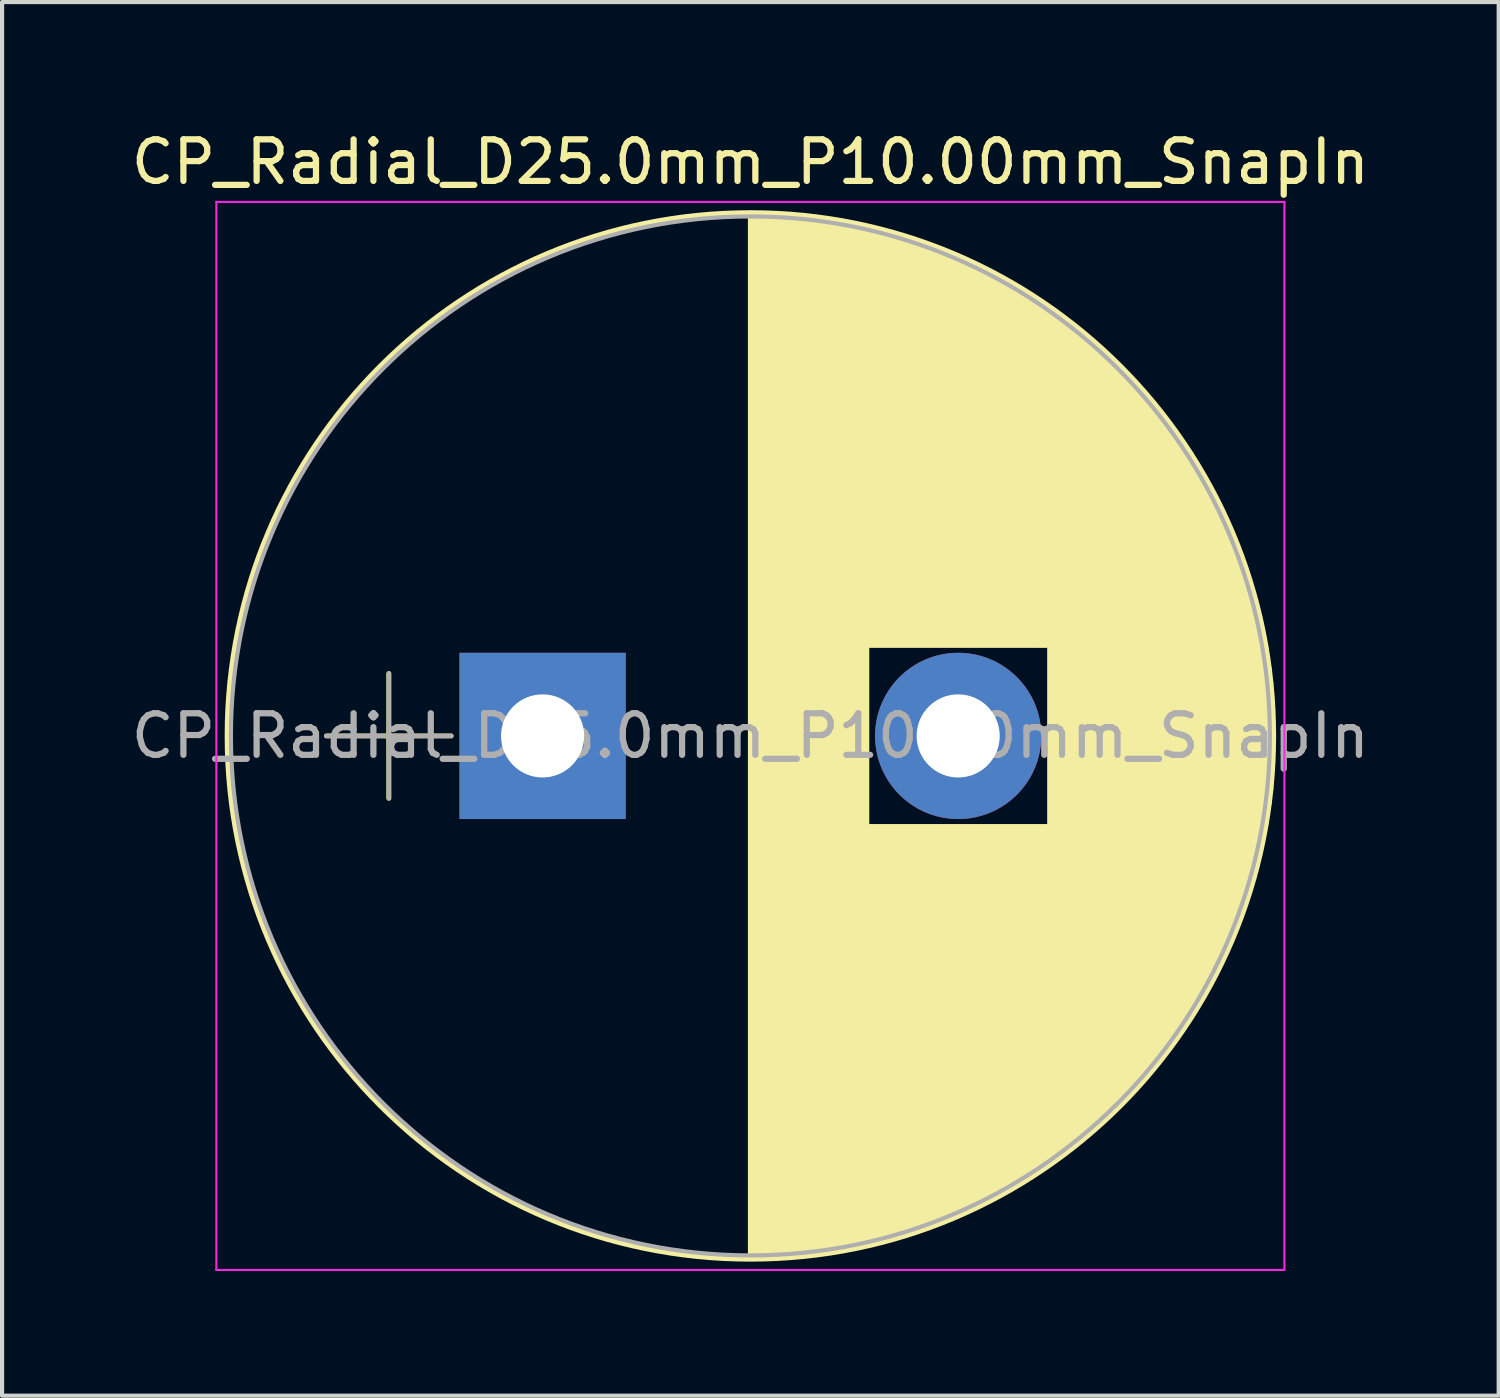
<source format=kicad_pcb>
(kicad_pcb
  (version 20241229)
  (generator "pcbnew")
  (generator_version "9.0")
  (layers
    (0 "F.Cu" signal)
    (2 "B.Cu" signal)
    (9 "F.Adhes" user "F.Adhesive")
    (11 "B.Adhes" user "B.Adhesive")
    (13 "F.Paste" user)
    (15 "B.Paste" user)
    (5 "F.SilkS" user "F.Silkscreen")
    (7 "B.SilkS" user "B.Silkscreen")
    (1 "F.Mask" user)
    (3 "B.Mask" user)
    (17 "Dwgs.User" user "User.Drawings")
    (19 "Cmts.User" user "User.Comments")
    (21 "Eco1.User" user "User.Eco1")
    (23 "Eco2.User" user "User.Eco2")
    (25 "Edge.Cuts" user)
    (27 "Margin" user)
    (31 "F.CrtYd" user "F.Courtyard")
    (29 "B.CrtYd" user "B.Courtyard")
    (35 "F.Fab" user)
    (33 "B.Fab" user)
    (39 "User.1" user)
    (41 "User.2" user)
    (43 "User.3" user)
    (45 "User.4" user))
  (footprint "CP_Radial_D25.0mm_P10.00mm_SnapIn"
    (layer "F.Cu")
    (at 10.006 14.658)
    (property "Reference" "CP_Radial_D25.0mm_P10.00mm_SnapIn" (at 5 -13.81 0) (layer "F.SilkS") (effects (font (size 1 1) (thickness 0.15))))
    (attr through_hole)
    (fp_line (start -5.2 0) (end -2.2 0) (stroke (width 0.12) (type solid)) (layer "F.SilkS"))
    (fp_line (start -3.7 -1.5) (end -3.7 1.5) (stroke (width 0.12) (type solid)) (layer "F.SilkS"))
    (fp_line (start 5 -12.55) (end 5 12.55) (stroke (width 0.12) (type solid)) (layer "F.SilkS"))
    (fp_line (start 5.04 -12.55) (end 5.04 12.55) (stroke (width 0.12) (type solid)) (layer "F.SilkS"))
    (fp_line (start 5.08 -12.55) (end 5.08 12.55) (stroke (width 0.12) (type solid)) (layer "F.SilkS"))
    (fp_line (start 5.12 -12.55) (end 5.12 12.55) (stroke (width 0.12) (type solid)) (layer "F.SilkS"))
    (fp_line (start 5.16 -12.549) (end 5.16 12.549) (stroke (width 0.12) (type solid)) (layer "F.SilkS"))
    (fp_line (start 5.2 -12.549) (end 5.2 12.549) (stroke (width 0.12) (type solid)) (layer "F.SilkS"))
    (fp_line (start 5.24 -12.548) (end 5.24 12.548) (stroke (width 0.12) (type solid)) (layer "F.SilkS"))
    (fp_line (start 5.28 -12.547) (end 5.28 12.547) (stroke (width 0.12) (type solid)) (layer "F.SilkS"))
    (fp_line (start 5.32 -12.546) (end 5.32 12.546) (stroke (width 0.12) (type solid)) (layer "F.SilkS"))
    (fp_line (start 5.36 -12.545) (end 5.36 12.545) (stroke (width 0.12) (type solid)) (layer "F.SilkS"))
    (fp_line (start 5.4 -12.544) (end 5.4 12.544) (stroke (width 0.12) (type solid)) (layer "F.SilkS"))
    (fp_line (start 5.44 -12.543) (end 5.44 12.543) (stroke (width 0.12) (type solid)) (layer "F.SilkS"))
    (fp_line (start 5.48 -12.541) (end 5.48 12.541) (stroke (width 0.12) (type solid)) (layer "F.SilkS"))
    (fp_line (start 5.52 -12.54) (end 5.52 12.54) (stroke (width 0.12) (type solid)) (layer "F.SilkS"))
    (fp_line (start 5.56 -12.538) (end 5.56 12.538) (stroke (width 0.12) (type solid)) (layer "F.SilkS"))
    (fp_line (start 5.6 -12.536) (end 5.6 12.536) (stroke (width 0.12) (type solid)) (layer "F.SilkS"))
    (fp_line (start 5.64 -12.534) (end 5.64 12.534) (stroke (width 0.12) (type solid)) (layer "F.SilkS"))
    (fp_line (start 5.68 -12.532) (end 5.68 12.532) (stroke (width 0.12) (type solid)) (layer "F.SilkS"))
    (fp_line (start 5.721 -12.53) (end 5.721 12.53) (stroke (width 0.12) (type solid)) (layer "F.SilkS"))
    (fp_line (start 5.761 -12.528) (end 5.761 12.528) (stroke (width 0.12) (type solid)) (layer "F.SilkS"))
    (fp_line (start 5.801 -12.525) (end 5.801 12.525) (stroke (width 0.12) (type solid)) (layer "F.SilkS"))
    (fp_line (start 5.841 -12.522) (end 5.841 12.522) (stroke (width 0.12) (type solid)) (layer "F.SilkS"))
    (fp_line (start 5.881 -12.52) (end 5.881 12.52) (stroke (width 0.12) (type solid)) (layer "F.SilkS"))
    (fp_line (start 5.921 -12.517) (end 5.921 12.517) (stroke (width 0.12) (type solid)) (layer "F.SilkS"))
    (fp_line (start 5.961 -12.514) (end 5.961 12.514) (stroke (width 0.12) (type solid)) (layer "F.SilkS"))
    (fp_line (start 6.001 -12.511) (end 6.001 12.511) (stroke (width 0.12) (type solid)) (layer "F.SilkS"))
    (fp_line (start 6.041 -12.507) (end 6.041 12.507) (stroke (width 0.12) (type solid)) (layer "F.SilkS"))
    (fp_line (start 6.081 -12.504) (end 6.081 12.504) (stroke (width 0.12) (type solid)) (layer "F.SilkS"))
    (fp_line (start 6.121 -12.501) (end 6.121 12.501) (stroke (width 0.12) (type solid)) (layer "F.SilkS"))
    (fp_line (start 6.161 -12.497) (end 6.161 12.497) (stroke (width 0.12) (type solid)) (layer "F.SilkS"))
    (fp_line (start 6.201 -12.493) (end 6.201 12.493) (stroke (width 0.12) (type solid)) (layer "F.SilkS"))
    (fp_line (start 6.241 -12.489) (end 6.241 12.489) (stroke (width 0.12) (type solid)) (layer "F.SilkS"))
    (fp_line (start 6.281 -12.485) (end 6.281 12.485) (stroke (width 0.12) (type solid)) (layer "F.SilkS"))
    (fp_line (start 6.321 -12.481) (end 6.321 12.481) (stroke (width 0.12) (type solid)) (layer "F.SilkS"))
    (fp_line (start 6.361 -12.477) (end 6.361 12.477) (stroke (width 0.12) (type solid)) (layer "F.SilkS"))
    (fp_line (start 6.401 -12.472) (end 6.401 12.472) (stroke (width 0.12) (type solid)) (layer "F.SilkS"))
    (fp_line (start 6.441 -12.468) (end 6.441 12.468) (stroke (width 0.12) (type solid)) (layer "F.SilkS"))
    (fp_line (start 6.481 -12.463) (end 6.481 12.463) (stroke (width 0.12) (type solid)) (layer "F.SilkS"))
    (fp_line (start 6.521 -12.458) (end 6.521 12.458) (stroke (width 0.12) (type solid)) (layer "F.SilkS"))
    (fp_line (start 6.561 -12.453) (end 6.561 12.453) (stroke (width 0.12) (type solid)) (layer "F.SilkS"))
    (fp_line (start 6.601 -12.448) (end 6.601 12.448) (stroke (width 0.12) (type solid)) (layer "F.SilkS"))
    (fp_line (start 6.641 -12.443) (end 6.641 12.443) (stroke (width 0.12) (type solid)) (layer "F.SilkS"))
    (fp_line (start 6.681 -12.438) (end 6.681 12.438) (stroke (width 0.12) (type solid)) (layer "F.SilkS"))
    (fp_line (start 6.721 -12.432) (end 6.721 12.432) (stroke (width 0.12) (type solid)) (layer "F.SilkS"))
    (fp_line (start 6.761 -12.427) (end 6.761 12.427) (stroke (width 0.12) (type solid)) (layer "F.SilkS"))
    (fp_line (start 6.801 -12.421) (end 6.801 12.421) (stroke (width 0.12) (type solid)) (layer "F.SilkS"))
    (fp_line (start 6.841 -12.415) (end 6.841 12.415) (stroke (width 0.12) (type solid)) (layer "F.SilkS"))
    (fp_line (start 6.881 -12.409) (end 6.881 12.409) (stroke (width 0.12) (type solid)) (layer "F.SilkS"))
    (fp_line (start 6.921 -12.403) (end 6.921 12.403) (stroke (width 0.12) (type solid)) (layer "F.SilkS"))
    (fp_line (start 6.961 -12.397) (end 6.961 12.397) (stroke (width 0.12) (type solid)) (layer "F.SilkS"))
    (fp_line (start 7.001 -12.391) (end 7.001 12.391) (stroke (width 0.12) (type solid)) (layer "F.SilkS"))
    (fp_line (start 7.041 -12.384) (end 7.041 12.384) (stroke (width 0.12) (type solid)) (layer "F.SilkS"))
    (fp_line (start 7.081 -12.377) (end 7.081 12.377) (stroke (width 0.12) (type solid)) (layer "F.SilkS"))
    (fp_line (start 7.121 -12.371) (end 7.121 12.371) (stroke (width 0.12) (type solid)) (layer "F.SilkS"))
    (fp_line (start 7.161 -12.364) (end 7.161 12.364) (stroke (width 0.12) (type solid)) (layer "F.SilkS"))
    (fp_line (start 7.201 -12.357) (end 7.201 12.357) (stroke (width 0.12) (type solid)) (layer "F.SilkS"))
    (fp_line (start 7.241 -12.35) (end 7.241 12.35) (stroke (width 0.12) (type solid)) (layer "F.SilkS"))
    (fp_line (start 7.281 -12.342) (end 7.281 12.342) (stroke (width 0.12) (type solid)) (layer "F.SilkS"))
    (fp_line (start 7.321 -12.335) (end 7.321 12.335) (stroke (width 0.12) (type solid)) (layer "F.SilkS"))
    (fp_line (start 7.361 -12.327) (end 7.361 12.327) (stroke (width 0.12) (type solid)) (layer "F.SilkS"))
    (fp_line (start 7.401 -12.32) (end 7.401 12.32) (stroke (width 0.12) (type solid)) (layer "F.SilkS"))
    (fp_line (start 7.441 -12.312) (end 7.441 12.312) (stroke (width 0.12) (type solid)) (layer "F.SilkS"))
    (fp_line (start 7.481 -12.304) (end 7.481 12.304) (stroke (width 0.12) (type solid)) (layer "F.SilkS"))
    (fp_line (start 7.521 -12.296) (end 7.521 12.296) (stroke (width 0.12) (type solid)) (layer "F.SilkS"))
    (fp_line (start 7.561 -12.287) (end 7.561 12.287) (stroke (width 0.12) (type solid)) (layer "F.SilkS"))
    (fp_line (start 7.601 -12.279) (end 7.601 12.279) (stroke (width 0.12) (type solid)) (layer "F.SilkS"))
    (fp_line (start 7.641 -12.271) (end 7.641 12.271) (stroke (width 0.12) (type solid)) (layer "F.SilkS"))
    (fp_line (start 7.681 -12.262) (end 7.681 12.262) (stroke (width 0.12) (type solid)) (layer "F.SilkS"))
    (fp_line (start 7.721 -12.253) (end 7.721 12.253) (stroke (width 0.12) (type solid)) (layer "F.SilkS"))
    (fp_line (start 7.761 -12.244) (end 7.761 12.244) (stroke (width 0.12) (type solid)) (layer "F.SilkS"))
    (fp_line (start 7.801 -12.235) (end 7.801 12.235) (stroke (width 0.12) (type solid)) (layer "F.SilkS"))
    (fp_line (start 7.841 -12.226) (end 7.841 -2.18) (stroke (width 0.12) (type solid)) (layer "F.SilkS"))
    (fp_line (start 7.841 2.18) (end 7.841 12.226) (stroke (width 0.12) (type solid)) (layer "F.SilkS"))
    (fp_line (start 7.881 -12.217) (end 7.881 -2.18) (stroke (width 0.12) (type solid)) (layer "F.SilkS"))
    (fp_line (start 7.881 2.18) (end 7.881 12.217) (stroke (width 0.12) (type solid)) (layer "F.SilkS"))
    (fp_line (start 7.921 -12.207) (end 7.921 -2.18) (stroke (width 0.12) (type solid)) (layer "F.SilkS"))
    (fp_line (start 7.921 2.18) (end 7.921 12.207) (stroke (width 0.12) (type solid)) (layer "F.SilkS"))
    (fp_line (start 7.961 -12.198) (end 7.961 -2.18) (stroke (width 0.12) (type solid)) (layer "F.SilkS"))
    (fp_line (start 7.961 2.18) (end 7.961 12.198) (stroke (width 0.12) (type solid)) (layer "F.SilkS"))
    (fp_line (start 8.001 -12.188) (end 8.001 -2.18) (stroke (width 0.12) (type solid)) (layer "F.SilkS"))
    (fp_line (start 8.001 2.18) (end 8.001 12.188) (stroke (width 0.12) (type solid)) (layer "F.SilkS"))
    (fp_line (start 8.041 -12.178) (end 8.041 -2.18) (stroke (width 0.12) (type solid)) (layer "F.SilkS"))
    (fp_line (start 8.041 2.18) (end 8.041 12.178) (stroke (width 0.12) (type solid)) (layer "F.SilkS"))
    (fp_line (start 8.081 -12.168) (end 8.081 -2.18) (stroke (width 0.12) (type solid)) (layer "F.SilkS"))
    (fp_line (start 8.081 2.18) (end 8.081 12.168) (stroke (width 0.12) (type solid)) (layer "F.SilkS"))
    (fp_line (start 8.121 -12.158) (end 8.121 -2.18) (stroke (width 0.12) (type solid)) (layer "F.SilkS"))
    (fp_line (start 8.121 2.18) (end 8.121 12.158) (stroke (width 0.12) (type solid)) (layer "F.SilkS"))
    (fp_line (start 8.161 -12.147) (end 8.161 -2.18) (stroke (width 0.12) (type solid)) (layer "F.SilkS"))
    (fp_line (start 8.161 2.18) (end 8.161 12.147) (stroke (width 0.12) (type solid)) (layer "F.SilkS"))
    (fp_line (start 8.201 -12.137) (end 8.201 -2.18) (stroke (width 0.12) (type solid)) (layer "F.SilkS"))
    (fp_line (start 8.201 2.18) (end 8.201 12.137) (stroke (width 0.12) (type solid)) (layer "F.SilkS"))
    (fp_line (start 8.241 -12.126) (end 8.241 -2.18) (stroke (width 0.12) (type solid)) (layer "F.SilkS"))
    (fp_line (start 8.241 2.18) (end 8.241 12.126) (stroke (width 0.12) (type solid)) (layer "F.SilkS"))
    (fp_line (start 8.281 -12.116) (end 8.281 -2.18) (stroke (width 0.12) (type solid)) (layer "F.SilkS"))
    (fp_line (start 8.281 2.18) (end 8.281 12.116) (stroke (width 0.12) (type solid)) (layer "F.SilkS"))
    (fp_line (start 8.321 -12.105) (end 8.321 -2.18) (stroke (width 0.12) (type solid)) (layer "F.SilkS"))
    (fp_line (start 8.321 2.18) (end 8.321 12.105) (stroke (width 0.12) (type solid)) (layer "F.SilkS"))
    (fp_line (start 8.361 -12.094) (end 8.361 -2.18) (stroke (width 0.12) (type solid)) (layer "F.SilkS"))
    (fp_line (start 8.361 2.18) (end 8.361 12.094) (stroke (width 0.12) (type solid)) (layer "F.SilkS"))
    (fp_line (start 8.401 -12.083) (end 8.401 -2.18) (stroke (width 0.12) (type solid)) (layer "F.SilkS"))
    (fp_line (start 8.401 2.18) (end 8.401 12.083) (stroke (width 0.12) (type solid)) (layer "F.SilkS"))
    (fp_line (start 8.441 -12.071) (end 8.441 -2.18) (stroke (width 0.12) (type solid)) (layer "F.SilkS"))
    (fp_line (start 8.441 2.18) (end 8.441 12.071) (stroke (width 0.12) (type solid)) (layer "F.SilkS"))
    (fp_line (start 8.481 -12.06) (end 8.481 -2.18) (stroke (width 0.12) (type solid)) (layer "F.SilkS"))
    (fp_line (start 8.481 2.18) (end 8.481 12.06) (stroke (width 0.12) (type solid)) (layer "F.SilkS"))
    (fp_line (start 8.521 -12.048) (end 8.521 -2.18) (stroke (width 0.12) (type solid)) (layer "F.SilkS"))
    (fp_line (start 8.521 2.18) (end 8.521 12.048) (stroke (width 0.12) (type solid)) (layer "F.SilkS"))
    (fp_line (start 8.561 -12.037) (end 8.561 -2.18) (stroke (width 0.12) (type solid)) (layer "F.SilkS"))
    (fp_line (start 8.561 2.18) (end 8.561 12.037) (stroke (width 0.12) (type solid)) (layer "F.SilkS"))
    (fp_line (start 8.601 -12.025) (end 8.601 -2.18) (stroke (width 0.12) (type solid)) (layer "F.SilkS"))
    (fp_line (start 8.601 2.18) (end 8.601 12.025) (stroke (width 0.12) (type solid)) (layer "F.SilkS"))
    (fp_line (start 8.641 -12.013) (end 8.641 -2.18) (stroke (width 0.12) (type solid)) (layer "F.SilkS"))
    (fp_line (start 8.641 2.18) (end 8.641 12.013) (stroke (width 0.12) (type solid)) (layer "F.SilkS"))
    (fp_line (start 8.681 -12.001) (end 8.681 -2.18) (stroke (width 0.12) (type solid)) (layer "F.SilkS"))
    (fp_line (start 8.681 2.18) (end 8.681 12.001) (stroke (width 0.12) (type solid)) (layer "F.SilkS"))
    (fp_line (start 8.721 -11.988) (end 8.721 -2.18) (stroke (width 0.12) (type solid)) (layer "F.SilkS"))
    (fp_line (start 8.721 2.18) (end 8.721 11.988) (stroke (width 0.12) (type solid)) (layer "F.SilkS"))
    (fp_line (start 8.761 -11.976) (end 8.761 -2.18) (stroke (width 0.12) (type solid)) (layer "F.SilkS"))
    (fp_line (start 8.761 2.18) (end 8.761 11.976) (stroke (width 0.12) (type solid)) (layer "F.SilkS"))
    (fp_line (start 8.801 -11.963) (end 8.801 -2.18) (stroke (width 0.12) (type solid)) (layer "F.SilkS"))
    (fp_line (start 8.801 2.18) (end 8.801 11.963) (stroke (width 0.12) (type solid)) (layer "F.SilkS"))
    (fp_line (start 8.841 -11.951) (end 8.841 -2.18) (stroke (width 0.12) (type solid)) (layer "F.SilkS"))
    (fp_line (start 8.841 2.18) (end 8.841 11.951) (stroke (width 0.12) (type solid)) (layer "F.SilkS"))
    (fp_line (start 8.881 -11.938) (end 8.881 -2.18) (stroke (width 0.12) (type solid)) (layer "F.SilkS"))
    (fp_line (start 8.881 2.18) (end 8.881 11.938) (stroke (width 0.12) (type solid)) (layer "F.SilkS"))
    (fp_line (start 8.921 -11.925) (end 8.921 -2.18) (stroke (width 0.12) (type solid)) (layer "F.SilkS"))
    (fp_line (start 8.921 2.18) (end 8.921 11.925) (stroke (width 0.12) (type solid)) (layer "F.SilkS"))
    (fp_line (start 8.961 -11.912) (end 8.961 -2.18) (stroke (width 0.12) (type solid)) (layer "F.SilkS"))
    (fp_line (start 8.961 2.18) (end 8.961 11.912) (stroke (width 0.12) (type solid)) (layer "F.SilkS"))
    (fp_line (start 9.001 -11.898) (end 9.001 -2.18) (stroke (width 0.12) (type solid)) (layer "F.SilkS"))
    (fp_line (start 9.001 2.18) (end 9.001 11.898) (stroke (width 0.12) (type solid)) (layer "F.SilkS"))
    (fp_line (start 9.041 -11.885) (end 9.041 -2.18) (stroke (width 0.12) (type solid)) (layer "F.SilkS"))
    (fp_line (start 9.041 2.18) (end 9.041 11.885) (stroke (width 0.12) (type solid)) (layer "F.SilkS"))
    (fp_line (start 9.081 -11.871) (end 9.081 -2.18) (stroke (width 0.12) (type solid)) (layer "F.SilkS"))
    (fp_line (start 9.081 2.18) (end 9.081 11.871) (stroke (width 0.12) (type solid)) (layer "F.SilkS"))
    (fp_line (start 9.121 -11.857) (end 9.121 -2.18) (stroke (width 0.12) (type solid)) (layer "F.SilkS"))
    (fp_line (start 9.121 2.18) (end 9.121 11.857) (stroke (width 0.12) (type solid)) (layer "F.SilkS"))
    (fp_line (start 9.161 -11.843) (end 9.161 -2.18) (stroke (width 0.12) (type solid)) (layer "F.SilkS"))
    (fp_line (start 9.161 2.18) (end 9.161 11.843) (stroke (width 0.12) (type solid)) (layer "F.SilkS"))
    (fp_line (start 9.201 -11.829) (end 9.201 -2.18) (stroke (width 0.12) (type solid)) (layer "F.SilkS"))
    (fp_line (start 9.201 2.18) (end 9.201 11.829) (stroke (width 0.12) (type solid)) (layer "F.SilkS"))
    (fp_line (start 9.241 -11.815) (end 9.241 -2.18) (stroke (width 0.12) (type solid)) (layer "F.SilkS"))
    (fp_line (start 9.241 2.18) (end 9.241 11.815) (stroke (width 0.12) (type solid)) (layer "F.SilkS"))
    (fp_line (start 9.281 -11.801) (end 9.281 -2.18) (stroke (width 0.12) (type solid)) (layer "F.SilkS"))
    (fp_line (start 9.281 2.18) (end 9.281 11.801) (stroke (width 0.12) (type solid)) (layer "F.SilkS"))
    (fp_line (start 9.321 -11.786) (end 9.321 -2.18) (stroke (width 0.12) (type solid)) (layer "F.SilkS"))
    (fp_line (start 9.321 2.18) (end 9.321 11.786) (stroke (width 0.12) (type solid)) (layer "F.SilkS"))
    (fp_line (start 9.361 -11.771) (end 9.361 -2.18) (stroke (width 0.12) (type solid)) (layer "F.SilkS"))
    (fp_line (start 9.361 2.18) (end 9.361 11.771) (stroke (width 0.12) (type solid)) (layer "F.SilkS"))
    (fp_line (start 9.401 -11.757) (end 9.401 -2.18) (stroke (width 0.12) (type solid)) (layer "F.SilkS"))
    (fp_line (start 9.401 2.18) (end 9.401 11.757) (stroke (width 0.12) (type solid)) (layer "F.SilkS"))
    (fp_line (start 9.441 -11.742) (end 9.441 -2.18) (stroke (width 0.12) (type solid)) (layer "F.SilkS"))
    (fp_line (start 9.441 2.18) (end 9.441 11.742) (stroke (width 0.12) (type solid)) (layer "F.SilkS"))
    (fp_line (start 9.481 -11.726) (end 9.481 -2.18) (stroke (width 0.12) (type solid)) (layer "F.SilkS"))
    (fp_line (start 9.481 2.18) (end 9.481 11.726) (stroke (width 0.12) (type solid)) (layer "F.SilkS"))
    (fp_line (start 9.521 -11.711) (end 9.521 -2.18) (stroke (width 0.12) (type solid)) (layer "F.SilkS"))
    (fp_line (start 9.521 2.18) (end 9.521 11.711) (stroke (width 0.12) (type solid)) (layer "F.SilkS"))
    (fp_line (start 9.561 -11.696) (end 9.561 -2.18) (stroke (width 0.12) (type solid)) (layer "F.SilkS"))
    (fp_line (start 9.561 2.18) (end 9.561 11.696) (stroke (width 0.12) (type solid)) (layer "F.SilkS"))
    (fp_line (start 9.601 -11.68) (end 9.601 -2.18) (stroke (width 0.12) (type solid)) (layer "F.SilkS"))
    (fp_line (start 9.601 2.18) (end 9.601 11.68) (stroke (width 0.12) (type solid)) (layer "F.SilkS"))
    (fp_line (start 9.641 -11.664) (end 9.641 -2.18) (stroke (width 0.12) (type solid)) (layer "F.SilkS"))
    (fp_line (start 9.641 2.18) (end 9.641 11.664) (stroke (width 0.12) (type solid)) (layer "F.SilkS"))
    (fp_line (start 9.681 -11.648) (end 9.681 -2.18) (stroke (width 0.12) (type solid)) (layer "F.SilkS"))
    (fp_line (start 9.681 2.18) (end 9.681 11.648) (stroke (width 0.12) (type solid)) (layer "F.SilkS"))
    (fp_line (start 9.721 -11.632) (end 9.721 -2.18) (stroke (width 0.12) (type solid)) (layer "F.SilkS"))
    (fp_line (start 9.721 2.18) (end 9.721 11.632) (stroke (width 0.12) (type solid)) (layer "F.SilkS"))
    (fp_line (start 9.761 -11.616) (end 9.761 -2.18) (stroke (width 0.12) (type solid)) (layer "F.SilkS"))
    (fp_line (start 9.761 2.18) (end 9.761 11.616) (stroke (width 0.12) (type solid)) (layer "F.SilkS"))
    (fp_line (start 9.801 -11.6) (end 9.801 -2.18) (stroke (width 0.12) (type solid)) (layer "F.SilkS"))
    (fp_line (start 9.801 2.18) (end 9.801 11.6) (stroke (width 0.12) (type solid)) (layer "F.SilkS"))
    (fp_line (start 9.841 -11.583) (end 9.841 -2.18) (stroke (width 0.12) (type solid)) (layer "F.SilkS"))
    (fp_line (start 9.841 2.18) (end 9.841 11.583) (stroke (width 0.12) (type solid)) (layer "F.SilkS"))
    (fp_line (start 9.881 -11.566) (end 9.881 -2.18) (stroke (width 0.12) (type solid)) (layer "F.SilkS"))
    (fp_line (start 9.881 2.18) (end 9.881 11.566) (stroke (width 0.12) (type solid)) (layer "F.SilkS"))
    (fp_line (start 9.921 -11.549) (end 9.921 -2.18) (stroke (width 0.12) (type solid)) (layer "F.SilkS"))
    (fp_line (start 9.921 2.18) (end 9.921 11.549) (stroke (width 0.12) (type solid)) (layer "F.SilkS"))
    (fp_line (start 9.961 -11.532) (end 9.961 -2.18) (stroke (width 0.12) (type solid)) (layer "F.SilkS"))
    (fp_line (start 9.961 2.18) (end 9.961 11.532) (stroke (width 0.12) (type solid)) (layer "F.SilkS"))
    (fp_line (start 10.001 -11.515) (end 10.001 -2.18) (stroke (width 0.12) (type solid)) (layer "F.SilkS"))
    (fp_line (start 10.001 2.18) (end 10.001 11.515) (stroke (width 0.12) (type solid)) (layer "F.SilkS"))
    (fp_line (start 10.041 -11.498) (end 10.041 -2.18) (stroke (width 0.12) (type solid)) (layer "F.SilkS"))
    (fp_line (start 10.041 2.18) (end 10.041 11.498) (stroke (width 0.12) (type solid)) (layer "F.SilkS"))
    (fp_line (start 10.081 -11.48) (end 10.081 -2.18) (stroke (width 0.12) (type solid)) (layer "F.SilkS"))
    (fp_line (start 10.081 2.18) (end 10.081 11.48) (stroke (width 0.12) (type solid)) (layer "F.SilkS"))
    (fp_line (start 10.121 -11.462) (end 10.121 -2.18) (stroke (width 0.12) (type solid)) (layer "F.SilkS"))
    (fp_line (start 10.121 2.18) (end 10.121 11.462) (stroke (width 0.12) (type solid)) (layer "F.SilkS"))
    (fp_line (start 10.161 -11.445) (end 10.161 -2.18) (stroke (width 0.12) (type solid)) (layer "F.SilkS"))
    (fp_line (start 10.161 2.18) (end 10.161 11.445) (stroke (width 0.12) (type solid)) (layer "F.SilkS"))
    (fp_line (start 10.201 -11.426) (end 10.201 -2.18) (stroke (width 0.12) (type solid)) (layer "F.SilkS"))
    (fp_line (start 10.201 2.18) (end 10.201 11.426) (stroke (width 0.12) (type solid)) (layer "F.SilkS"))
    (fp_line (start 10.241 -11.408) (end 10.241 -2.18) (stroke (width 0.12) (type solid)) (layer "F.SilkS"))
    (fp_line (start 10.241 2.18) (end 10.241 11.408) (stroke (width 0.12) (type solid)) (layer "F.SilkS"))
    (fp_line (start 10.281 -11.39) (end 10.281 -2.18) (stroke (width 0.12) (type solid)) (layer "F.SilkS"))
    (fp_line (start 10.281 2.18) (end 10.281 11.39) (stroke (width 0.12) (type solid)) (layer "F.SilkS"))
    (fp_line (start 10.321 -11.371) (end 10.321 -2.18) (stroke (width 0.12) (type solid)) (layer "F.SilkS"))
    (fp_line (start 10.321 2.18) (end 10.321 11.371) (stroke (width 0.12) (type solid)) (layer "F.SilkS"))
    (fp_line (start 10.361 -11.353) (end 10.361 -2.18) (stroke (width 0.12) (type solid)) (layer "F.SilkS"))
    (fp_line (start 10.361 2.18) (end 10.361 11.353) (stroke (width 0.12) (type solid)) (layer "F.SilkS"))
    (fp_line (start 10.401 -11.334) (end 10.401 -2.18) (stroke (width 0.12) (type solid)) (layer "F.SilkS"))
    (fp_line (start 10.401 2.18) (end 10.401 11.334) (stroke (width 0.12) (type solid)) (layer "F.SilkS"))
    (fp_line (start 10.441 -11.315) (end 10.441 -2.18) (stroke (width 0.12) (type solid)) (layer "F.SilkS"))
    (fp_line (start 10.441 2.18) (end 10.441 11.315) (stroke (width 0.12) (type solid)) (layer "F.SilkS"))
    (fp_line (start 10.481 -11.295) (end 10.481 -2.18) (stroke (width 0.12) (type solid)) (layer "F.SilkS"))
    (fp_line (start 10.481 2.18) (end 10.481 11.295) (stroke (width 0.12) (type solid)) (layer "F.SilkS"))
    (fp_line (start 10.521 -11.276) (end 10.521 -2.18) (stroke (width 0.12) (type solid)) (layer "F.SilkS"))
    (fp_line (start 10.521 2.18) (end 10.521 11.276) (stroke (width 0.12) (type solid)) (layer "F.SilkS"))
    (fp_line (start 10.561 -11.256) (end 10.561 -2.18) (stroke (width 0.12) (type solid)) (layer "F.SilkS"))
    (fp_line (start 10.561 2.18) (end 10.561 11.256) (stroke (width 0.12) (type solid)) (layer "F.SilkS"))
    (fp_line (start 10.601 -11.236) (end 10.601 -2.18) (stroke (width 0.12) (type solid)) (layer "F.SilkS"))
    (fp_line (start 10.601 2.18) (end 10.601 11.236) (stroke (width 0.12) (type solid)) (layer "F.SilkS"))
    (fp_line (start 10.641 -11.217) (end 10.641 -2.18) (stroke (width 0.12) (type solid)) (layer "F.SilkS"))
    (fp_line (start 10.641 2.18) (end 10.641 11.217) (stroke (width 0.12) (type solid)) (layer "F.SilkS"))
    (fp_line (start 10.681 -11.196) (end 10.681 -2.18) (stroke (width 0.12) (type solid)) (layer "F.SilkS"))
    (fp_line (start 10.681 2.18) (end 10.681 11.196) (stroke (width 0.12) (type solid)) (layer "F.SilkS"))
    (fp_line (start 10.721 -11.176) (end 10.721 -2.18) (stroke (width 0.12) (type solid)) (layer "F.SilkS"))
    (fp_line (start 10.721 2.18) (end 10.721 11.176) (stroke (width 0.12) (type solid)) (layer "F.SilkS"))
    (fp_line (start 10.761 -11.156) (end 10.761 -2.18) (stroke (width 0.12) (type solid)) (layer "F.SilkS"))
    (fp_line (start 10.761 2.18) (end 10.761 11.156) (stroke (width 0.12) (type solid)) (layer "F.SilkS"))
    (fp_line (start 10.801 -11.135) (end 10.801 -2.18) (stroke (width 0.12) (type solid)) (layer "F.SilkS"))
    (fp_line (start 10.801 2.18) (end 10.801 11.135) (stroke (width 0.12) (type solid)) (layer "F.SilkS"))
    (fp_line (start 10.841 -11.114) (end 10.841 -2.18) (stroke (width 0.12) (type solid)) (layer "F.SilkS"))
    (fp_line (start 10.841 2.18) (end 10.841 11.114) (stroke (width 0.12) (type solid)) (layer "F.SilkS"))
    (fp_line (start 10.881 -11.093) (end 10.881 -2.18) (stroke (width 0.12) (type solid)) (layer "F.SilkS"))
    (fp_line (start 10.881 2.18) (end 10.881 11.093) (stroke (width 0.12) (type solid)) (layer "F.SilkS"))
    (fp_line (start 10.921 -11.072) (end 10.921 -2.18) (stroke (width 0.12) (type solid)) (layer "F.SilkS"))
    (fp_line (start 10.921 2.18) (end 10.921 11.072) (stroke (width 0.12) (type solid)) (layer "F.SilkS"))
    (fp_line (start 10.961 -11.05) (end 10.961 -2.18) (stroke (width 0.12) (type solid)) (layer "F.SilkS"))
    (fp_line (start 10.961 2.18) (end 10.961 11.05) (stroke (width 0.12) (type solid)) (layer "F.SilkS"))
    (fp_line (start 11.001 -11.029) (end 11.001 -2.18) (stroke (width 0.12) (type solid)) (layer "F.SilkS"))
    (fp_line (start 11.001 2.18) (end 11.001 11.029) (stroke (width 0.12) (type solid)) (layer "F.SilkS"))
    (fp_line (start 11.041 -11.007) (end 11.041 -2.18) (stroke (width 0.12) (type solid)) (layer "F.SilkS"))
    (fp_line (start 11.041 2.18) (end 11.041 11.007) (stroke (width 0.12) (type solid)) (layer "F.SilkS"))
    (fp_line (start 11.081 -10.985) (end 11.081 -2.18) (stroke (width 0.12) (type solid)) (layer "F.SilkS"))
    (fp_line (start 11.081 2.18) (end 11.081 10.985) (stroke (width 0.12) (type solid)) (layer "F.SilkS"))
    (fp_line (start 11.121 -10.963) (end 11.121 -2.18) (stroke (width 0.12) (type solid)) (layer "F.SilkS"))
    (fp_line (start 11.121 2.18) (end 11.121 10.963) (stroke (width 0.12) (type solid)) (layer "F.SilkS"))
    (fp_line (start 11.161 -10.941) (end 11.161 -2.18) (stroke (width 0.12) (type solid)) (layer "F.SilkS"))
    (fp_line (start 11.161 2.18) (end 11.161 10.941) (stroke (width 0.12) (type solid)) (layer "F.SilkS"))
    (fp_line (start 11.201 -10.918) (end 11.201 -2.18) (stroke (width 0.12) (type solid)) (layer "F.SilkS"))
    (fp_line (start 11.201 2.18) (end 11.201 10.918) (stroke (width 0.12) (type solid)) (layer "F.SilkS"))
    (fp_line (start 11.241 -10.895) (end 11.241 -2.18) (stroke (width 0.12) (type solid)) (layer "F.SilkS"))
    (fp_line (start 11.241 2.18) (end 11.241 10.895) (stroke (width 0.12) (type solid)) (layer "F.SilkS"))
    (fp_line (start 11.281 -10.872) (end 11.281 -2.18) (stroke (width 0.12) (type solid)) (layer "F.SilkS"))
    (fp_line (start 11.281 2.18) (end 11.281 10.872) (stroke (width 0.12) (type solid)) (layer "F.SilkS"))
    (fp_line (start 11.321 -10.849) (end 11.321 -2.18) (stroke (width 0.12) (type solid)) (layer "F.SilkS"))
    (fp_line (start 11.321 2.18) (end 11.321 10.849) (stroke (width 0.12) (type solid)) (layer "F.SilkS"))
    (fp_line (start 11.361 -10.826) (end 11.361 -2.18) (stroke (width 0.12) (type solid)) (layer "F.SilkS"))
    (fp_line (start 11.361 2.18) (end 11.361 10.826) (stroke (width 0.12) (type solid)) (layer "F.SilkS"))
    (fp_line (start 11.401 -10.802) (end 11.401 -2.18) (stroke (width 0.12) (type solid)) (layer "F.SilkS"))
    (fp_line (start 11.401 2.18) (end 11.401 10.802) (stroke (width 0.12) (type solid)) (layer "F.SilkS"))
    (fp_line (start 11.441 -10.779) (end 11.441 -2.18) (stroke (width 0.12) (type solid)) (layer "F.SilkS"))
    (fp_line (start 11.441 2.18) (end 11.441 10.779) (stroke (width 0.12) (type solid)) (layer "F.SilkS"))
    (fp_line (start 11.481 -10.755) (end 11.481 -2.18) (stroke (width 0.12) (type solid)) (layer "F.SilkS"))
    (fp_line (start 11.481 2.18) (end 11.481 10.755) (stroke (width 0.12) (type solid)) (layer "F.SilkS"))
    (fp_line (start 11.521 -10.731) (end 11.521 -2.18) (stroke (width 0.12) (type solid)) (layer "F.SilkS"))
    (fp_line (start 11.521 2.18) (end 11.521 10.731) (stroke (width 0.12) (type solid)) (layer "F.SilkS"))
    (fp_line (start 11.561 -10.706) (end 11.561 -2.18) (stroke (width 0.12) (type solid)) (layer "F.SilkS"))
    (fp_line (start 11.561 2.18) (end 11.561 10.706) (stroke (width 0.12) (type solid)) (layer "F.SilkS"))
    (fp_line (start 11.601 -10.682) (end 11.601 -2.18) (stroke (width 0.12) (type solid)) (layer "F.SilkS"))
    (fp_line (start 11.601 2.18) (end 11.601 10.682) (stroke (width 0.12) (type solid)) (layer "F.SilkS"))
    (fp_line (start 11.641 -10.657) (end 11.641 -2.18) (stroke (width 0.12) (type solid)) (layer "F.SilkS"))
    (fp_line (start 11.641 2.18) (end 11.641 10.657) (stroke (width 0.12) (type solid)) (layer "F.SilkS"))
    (fp_line (start 11.681 -10.632) (end 11.681 -2.18) (stroke (width 0.12) (type solid)) (layer "F.SilkS"))
    (fp_line (start 11.681 2.18) (end 11.681 10.632) (stroke (width 0.12) (type solid)) (layer "F.SilkS"))
    (fp_line (start 11.721 -10.607) (end 11.721 -2.18) (stroke (width 0.12) (type solid)) (layer "F.SilkS"))
    (fp_line (start 11.721 2.18) (end 11.721 10.607) (stroke (width 0.12) (type solid)) (layer "F.SilkS"))
    (fp_line (start 11.761 -10.582) (end 11.761 -2.18) (stroke (width 0.12) (type solid)) (layer "F.SilkS"))
    (fp_line (start 11.761 2.18) (end 11.761 10.582) (stroke (width 0.12) (type solid)) (layer "F.SilkS"))
    (fp_line (start 11.801 -10.556) (end 11.801 -2.18) (stroke (width 0.12) (type solid)) (layer "F.SilkS"))
    (fp_line (start 11.801 2.18) (end 11.801 10.556) (stroke (width 0.12) (type solid)) (layer "F.SilkS"))
    (fp_line (start 11.841 -10.53) (end 11.841 -2.18) (stroke (width 0.12) (type solid)) (layer "F.SilkS"))
    (fp_line (start 11.841 2.18) (end 11.841 10.53) (stroke (width 0.12) (type solid)) (layer "F.SilkS"))
    (fp_line (start 11.881 -10.504) (end 11.881 -2.18) (stroke (width 0.12) (type solid)) (layer "F.SilkS"))
    (fp_line (start 11.881 2.18) (end 11.881 10.504) (stroke (width 0.12) (type solid)) (layer "F.SilkS"))
    (fp_line (start 11.921 -10.478) (end 11.921 -2.18) (stroke (width 0.12) (type solid)) (layer "F.SilkS"))
    (fp_line (start 11.921 2.18) (end 11.921 10.478) (stroke (width 0.12) (type solid)) (layer "F.SilkS"))
    (fp_line (start 11.961 -10.452) (end 11.961 -2.18) (stroke (width 0.12) (type solid)) (layer "F.SilkS"))
    (fp_line (start 11.961 2.18) (end 11.961 10.452) (stroke (width 0.12) (type solid)) (layer "F.SilkS"))
    (fp_line (start 12.001 -10.425) (end 12.001 -2.18) (stroke (width 0.12) (type solid)) (layer "F.SilkS"))
    (fp_line (start 12.001 2.18) (end 12.001 10.425) (stroke (width 0.12) (type solid)) (layer "F.SilkS"))
    (fp_line (start 12.041 -10.398) (end 12.041 -2.18) (stroke (width 0.12) (type solid)) (layer "F.SilkS"))
    (fp_line (start 12.041 2.18) (end 12.041 10.398) (stroke (width 0.12) (type solid)) (layer "F.SilkS"))
    (fp_line (start 12.081 -10.371) (end 12.081 -2.18) (stroke (width 0.12) (type solid)) (layer "F.SilkS"))
    (fp_line (start 12.081 2.18) (end 12.081 10.371) (stroke (width 0.12) (type solid)) (layer "F.SilkS"))
    (fp_line (start 12.121 -10.344) (end 12.121 -2.18) (stroke (width 0.12) (type solid)) (layer "F.SilkS"))
    (fp_line (start 12.121 2.18) (end 12.121 10.344) (stroke (width 0.12) (type solid)) (layer "F.SilkS"))
    (fp_line (start 12.161 -10.316) (end 12.161 -2.18) (stroke (width 0.12) (type solid)) (layer "F.SilkS"))
    (fp_line (start 12.161 2.18) (end 12.161 10.316) (stroke (width 0.12) (type solid)) (layer "F.SilkS"))
    (fp_line (start 12.201 -10.289) (end 12.201 10.289) (stroke (width 0.12) (type solid)) (layer "F.SilkS"))
    (fp_line (start 12.241 -10.261) (end 12.241 10.261) (stroke (width 0.12) (type solid)) (layer "F.SilkS"))
    (fp_line (start 12.281 -10.232) (end 12.281 10.232) (stroke (width 0.12) (type solid)) (layer "F.SilkS"))
    (fp_line (start 12.321 -10.204) (end 12.321 10.204) (stroke (width 0.12) (type solid)) (layer "F.SilkS"))
    (fp_line (start 12.361 -10.175) (end 12.361 10.175) (stroke (width 0.12) (type solid)) (layer "F.SilkS"))
    (fp_line (start 12.401 -10.146) (end 12.401 10.146) (stroke (width 0.12) (type solid)) (layer "F.SilkS"))
    (fp_line (start 12.441 -10.117) (end 12.441 10.117) (stroke (width 0.12) (type solid)) (layer "F.SilkS"))
    (fp_line (start 12.481 -10.088) (end 12.481 10.088) (stroke (width 0.12) (type solid)) (layer "F.SilkS"))
    (fp_line (start 12.521 -10.058) (end 12.521 10.058) (stroke (width 0.12) (type solid)) (layer "F.SilkS"))
    (fp_line (start 12.561 -10.028) (end 12.561 10.028) (stroke (width 0.12) (type solid)) (layer "F.SilkS"))
    (fp_line (start 12.601 -9.998) (end 12.601 9.998) (stroke (width 0.12) (type solid)) (layer "F.SilkS"))
    (fp_line (start 12.641 -9.967) (end 12.641 9.967) (stroke (width 0.12) (type solid)) (layer "F.SilkS"))
    (fp_line (start 12.681 -9.937) (end 12.681 9.937) (stroke (width 0.12) (type solid)) (layer "F.SilkS"))
    (fp_line (start 12.721 -9.906) (end 12.721 9.906) (stroke (width 0.12) (type solid)) (layer "F.SilkS"))
    (fp_line (start 12.761 -9.875) (end 12.761 9.875) (stroke (width 0.12) (type solid)) (layer "F.SilkS"))
    (fp_line (start 12.801 -9.843) (end 12.801 9.843) (stroke (width 0.12) (type solid)) (layer "F.SilkS"))
    (fp_line (start 12.841 -9.812) (end 12.841 9.812) (stroke (width 0.12) (type solid)) (layer "F.SilkS"))
    (fp_line (start 12.881 -9.78) (end 12.881 9.78) (stroke (width 0.12) (type solid)) (layer "F.SilkS"))
    (fp_line (start 12.921 -9.747) (end 12.921 9.747) (stroke (width 0.12) (type solid)) (layer "F.SilkS"))
    (fp_line (start 12.961 -9.715) (end 12.961 9.715) (stroke (width 0.12) (type solid)) (layer "F.SilkS"))
    (fp_line (start 13.001 -9.682) (end 13.001 9.682) (stroke (width 0.12) (type solid)) (layer "F.SilkS"))
    (fp_line (start 13.041 -9.649) (end 13.041 9.649) (stroke (width 0.12) (type solid)) (layer "F.SilkS"))
    (fp_line (start 13.081 -9.616) (end 13.081 9.616) (stroke (width 0.12) (type solid)) (layer "F.SilkS"))
    (fp_line (start 13.121 -9.582) (end 13.121 9.582) (stroke (width 0.12) (type solid)) (layer "F.SilkS"))
    (fp_line (start 13.161 -9.548) (end 13.161 9.548) (stroke (width 0.12) (type solid)) (layer "F.SilkS"))
    (fp_line (start 13.2 -9.514) (end 13.2 9.514) (stroke (width 0.12) (type solid)) (layer "F.SilkS"))
    (fp_line (start 13.24 -9.479) (end 13.24 9.479) (stroke (width 0.12) (type solid)) (layer "F.SilkS"))
    (fp_line (start 13.28 -9.445) (end 13.28 9.445) (stroke (width 0.12) (type solid)) (layer "F.SilkS"))
    (fp_line (start 13.32 -9.41) (end 13.32 9.41) (stroke (width 0.12) (type solid)) (layer "F.SilkS"))
    (fp_line (start 13.36 -9.374) (end 13.36 9.374) (stroke (width 0.12) (type solid)) (layer "F.SilkS"))
    (fp_line (start 13.4 -9.339) (end 13.4 9.339) (stroke (width 0.12) (type solid)) (layer "F.SilkS"))
    (fp_line (start 13.44 -9.303) (end 13.44 9.303) (stroke (width 0.12) (type solid)) (layer "F.SilkS"))
    (fp_line (start 13.48 -9.266) (end 13.48 9.266) (stroke (width 0.12) (type solid)) (layer "F.SilkS"))
    (fp_line (start 13.52 -9.23) (end 13.52 9.23) (stroke (width 0.12) (type solid)) (layer "F.SilkS"))
    (fp_line (start 13.56 -9.193) (end 13.56 9.193) (stroke (width 0.12) (type solid)) (layer "F.SilkS"))
    (fp_line (start 13.6 -9.156) (end 13.6 9.156) (stroke (width 0.12) (type solid)) (layer "F.SilkS"))
    (fp_line (start 13.64 -9.118) (end 13.64 9.118) (stroke (width 0.12) (type solid)) (layer "F.SilkS"))
    (fp_line (start 13.68 -9.08) (end 13.68 9.08) (stroke (width 0.12) (type solid)) (layer "F.SilkS"))
    (fp_line (start 13.72 -9.042) (end 13.72 9.042) (stroke (width 0.12) (type solid)) (layer "F.SilkS"))
    (fp_line (start 13.76 -9.003) (end 13.76 9.003) (stroke (width 0.12) (type solid)) (layer "F.SilkS"))
    (fp_line (start 13.8 -8.964) (end 13.8 8.964) (stroke (width 0.12) (type solid)) (layer "F.SilkS"))
    (fp_line (start 13.84 -8.925) (end 13.84 8.925) (stroke (width 0.12) (type solid)) (layer "F.SilkS"))
    (fp_line (start 13.88 -8.885) (end 13.88 8.885) (stroke (width 0.12) (type solid)) (layer "F.SilkS"))
    (fp_line (start 13.92 -8.845) (end 13.92 8.845) (stroke (width 0.12) (type solid)) (layer "F.SilkS"))
    (fp_line (start 13.96 -8.805) (end 13.96 8.805) (stroke (width 0.12) (type solid)) (layer "F.SilkS"))
    (fp_line (start 14 -8.764) (end 14 8.764) (stroke (width 0.12) (type solid)) (layer "F.SilkS"))
    (fp_line (start 14.04 -8.723) (end 14.04 8.723) (stroke (width 0.12) (type solid)) (layer "F.SilkS"))
    (fp_line (start 14.08 -8.682) (end 14.08 8.682) (stroke (width 0.12) (type solid)) (layer "F.SilkS"))
    (fp_line (start 14.12 -8.64) (end 14.12 8.64) (stroke (width 0.12) (type solid)) (layer "F.SilkS"))
    (fp_line (start 14.16 -8.598) (end 14.16 8.598) (stroke (width 0.12) (type solid)) (layer "F.SilkS"))
    (fp_line (start 14.2 -8.555) (end 14.2 8.555) (stroke (width 0.12) (type solid)) (layer "F.SilkS"))
    (fp_line (start 14.24 -8.512) (end 14.24 8.512) (stroke (width 0.12) (type solid)) (layer "F.SilkS"))
    (fp_line (start 14.28 -8.469) (end 14.28 8.469) (stroke (width 0.12) (type solid)) (layer "F.SilkS"))
    (fp_line (start 14.32 -8.425) (end 14.32 8.425) (stroke (width 0.12) (type solid)) (layer "F.SilkS"))
    (fp_line (start 14.36 -8.381) (end 14.36 8.381) (stroke (width 0.12) (type solid)) (layer "F.SilkS"))
    (fp_line (start 14.4 -8.336) (end 14.4 8.336) (stroke (width 0.12) (type solid)) (layer "F.SilkS"))
    (fp_line (start 14.44 -8.291) (end 14.44 8.291) (stroke (width 0.12) (type solid)) (layer "F.SilkS"))
    (fp_line (start 14.48 -8.245) (end 14.48 8.245) (stroke (width 0.12) (type solid)) (layer "F.SilkS"))
    (fp_line (start 14.52 -8.199) (end 14.52 8.199) (stroke (width 0.12) (type solid)) (layer "F.SilkS"))
    (fp_line (start 14.56 -8.153) (end 14.56 8.153) (stroke (width 0.12) (type solid)) (layer "F.SilkS"))
    (fp_line (start 14.6 -8.106) (end 14.6 8.106) (stroke (width 0.12) (type solid)) (layer "F.SilkS"))
    (fp_line (start 14.64 -8.059) (end 14.64 8.059) (stroke (width 0.12) (type solid)) (layer "F.SilkS"))
    (fp_line (start 14.68 -8.011) (end 14.68 8.011) (stroke (width 0.12) (type solid)) (layer "F.SilkS"))
    (fp_line (start 14.72 -7.962) (end 14.72 7.962) (stroke (width 0.12) (type solid)) (layer "F.SilkS"))
    (fp_line (start 14.76 -7.914) (end 14.76 7.914) (stroke (width 0.12) (type solid)) (layer "F.SilkS"))
    (fp_line (start 14.8 -7.864) (end 14.8 7.864) (stroke (width 0.12) (type solid)) (layer "F.SilkS"))
    (fp_line (start 14.84 -7.814) (end 14.84 7.814) (stroke (width 0.12) (type solid)) (layer "F.SilkS"))
    (fp_line (start 14.88 -7.764) (end 14.88 7.764) (stroke (width 0.12) (type solid)) (layer "F.SilkS"))
    (fp_line (start 14.92 -7.713) (end 14.92 7.713) (stroke (width 0.12) (type solid)) (layer "F.SilkS"))
    (fp_line (start 14.96 -7.662) (end 14.96 7.662) (stroke (width 0.12) (type solid)) (layer "F.SilkS"))
    (fp_line (start 15 -7.61) (end 15 7.61) (stroke (width 0.12) (type solid)) (layer "F.SilkS"))
    (fp_line (start 15.04 -7.557) (end 15.04 7.557) (stroke (width 0.12) (type solid)) (layer "F.SilkS"))
    (fp_line (start 15.08 -7.504) (end 15.08 7.504) (stroke (width 0.12) (type solid)) (layer "F.SilkS"))
    (fp_line (start 15.12 -7.45) (end 15.12 7.45) (stroke (width 0.12) (type solid)) (layer "F.SilkS"))
    (fp_line (start 15.16 -7.396) (end 15.16 7.396) (stroke (width 0.12) (type solid)) (layer "F.SilkS"))
    (fp_line (start 15.2 -7.341) (end 15.2 7.341) (stroke (width 0.12) (type solid)) (layer "F.SilkS"))
    (fp_line (start 15.24 -7.285) (end 15.24 7.285) (stroke (width 0.12) (type solid)) (layer "F.SilkS"))
    (fp_line (start 15.28 -7.229) (end 15.28 7.229) (stroke (width 0.12) (type solid)) (layer "F.SilkS"))
    (fp_line (start 15.32 -7.172) (end 15.32 7.172) (stroke (width 0.12) (type solid)) (layer "F.SilkS"))
    (fp_line (start 15.36 -7.114) (end 15.36 7.114) (stroke (width 0.12) (type solid)) (layer "F.SilkS"))
    (fp_line (start 15.4 -7.056) (end 15.4 7.056) (stroke (width 0.12) (type solid)) (layer "F.SilkS"))
    (fp_line (start 15.44 -6.997) (end 15.44 6.997) (stroke (width 0.12) (type solid)) (layer "F.SilkS"))
    (fp_line (start 15.48 -6.937) (end 15.48 6.937) (stroke (width 0.12) (type solid)) (layer "F.SilkS"))
    (fp_line (start 15.52 -6.877) (end 15.52 6.877) (stroke (width 0.12) (type solid)) (layer "F.SilkS"))
    (fp_line (start 15.56 -6.816) (end 15.56 6.816) (stroke (width 0.12) (type solid)) (layer "F.SilkS"))
    (fp_line (start 15.6 -6.754) (end 15.6 6.754) (stroke (width 0.12) (type solid)) (layer "F.SilkS"))
    (fp_line (start 15.64 -6.691) (end 15.64 6.691) (stroke (width 0.12) (type solid)) (layer "F.SilkS"))
    (fp_line (start 15.68 -6.627) (end 15.68 6.627) (stroke (width 0.12) (type solid)) (layer "F.SilkS"))
    (fp_line (start 15.72 -6.563) (end 15.72 6.563) (stroke (width 0.12) (type solid)) (layer "F.SilkS"))
    (fp_line (start 15.76 -6.497) (end 15.76 6.497) (stroke (width 0.12) (type solid)) (layer "F.SilkS"))
    (fp_line (start 15.8 -6.431) (end 15.8 6.431) (stroke (width 0.12) (type solid)) (layer "F.SilkS"))
    (fp_line (start 15.84 -6.364) (end 15.84 6.364) (stroke (width 0.12) (type solid)) (layer "F.SilkS"))
    (fp_line (start 15.88 -6.296) (end 15.88 6.296) (stroke (width 0.12) (type solid)) (layer "F.SilkS"))
    (fp_line (start 15.92 -6.226) (end 15.92 6.226) (stroke (width 0.12) (type solid)) (layer "F.SilkS"))
    (fp_line (start 15.96 -6.156) (end 15.96 6.156) (stroke (width 0.12) (type solid)) (layer "F.SilkS"))
    (fp_line (start 16 -6.085) (end 16 6.085) (stroke (width 0.12) (type solid)) (layer "F.SilkS"))
    (fp_line (start 16.04 -6.012) (end 16.04 6.012) (stroke (width 0.12) (type solid)) (layer "F.SilkS"))
    (fp_line (start 16.08 -5.939) (end 16.08 5.939) (stroke (width 0.12) (type solid)) (layer "F.SilkS"))
    (fp_line (start 16.12 -5.864) (end 16.12 5.864) (stroke (width 0.12) (type solid)) (layer "F.SilkS"))
    (fp_line (start 16.16 -5.788) (end 16.16 5.788) (stroke (width 0.12) (type solid)) (layer "F.SilkS"))
    (fp_line (start 16.2 -5.711) (end 16.2 5.711) (stroke (width 0.12) (type solid)) (layer "F.SilkS"))
    (fp_line (start 16.24 -5.632) (end 16.24 5.632) (stroke (width 0.12) (type solid)) (layer "F.SilkS"))
    (fp_line (start 16.28 -5.552) (end 16.28 5.552) (stroke (width 0.12) (type solid)) (layer "F.SilkS"))
    (fp_line (start 16.32 -5.471) (end 16.32 5.471) (stroke (width 0.12) (type solid)) (layer "F.SilkS"))
    (fp_line (start 16.36 -5.388) (end 16.36 5.388) (stroke (width 0.12) (type solid)) (layer "F.SilkS"))
    (fp_line (start 16.4 -5.304) (end 16.4 5.304) (stroke (width 0.12) (type solid)) (layer "F.SilkS"))
    (fp_line (start 16.44 -5.217) (end 16.44 5.217) (stroke (width 0.12) (type solid)) (layer "F.SilkS"))
    (fp_line (start 16.48 -5.129) (end 16.48 5.129) (stroke (width 0.12) (type solid)) (layer "F.SilkS"))
    (fp_line (start 16.52 -5.04) (end 16.52 5.04) (stroke (width 0.12) (type solid)) (layer "F.SilkS"))
    (fp_line (start 16.56 -4.948) (end 16.56 4.948) (stroke (width 0.12) (type solid)) (layer "F.SilkS"))
    (fp_line (start 16.6 -4.854) (end 16.6 4.854) (stroke (width 0.12) (type solid)) (layer "F.SilkS"))
    (fp_line (start 16.64 -4.758) (end 16.64 4.758) (stroke (width 0.12) (type solid)) (layer "F.SilkS"))
    (fp_line (start 16.68 -4.66) (end 16.68 4.66) (stroke (width 0.12) (type solid)) (layer "F.SilkS"))
    (fp_line (start 16.72 -4.559) (end 16.72 4.559) (stroke (width 0.12) (type solid)) (layer "F.SilkS"))
    (fp_line (start 16.76 -4.456) (end 16.76 4.456) (stroke (width 0.12) (type solid)) (layer "F.SilkS"))
    (fp_line (start 16.8 -4.35) (end 16.8 4.35) (stroke (width 0.12) (type solid)) (layer "F.SilkS"))
    (fp_line (start 16.84 -4.241) (end 16.84 4.241) (stroke (width 0.12) (type solid)) (layer "F.SilkS"))
    (fp_line (start 16.88 -4.129) (end 16.88 4.129) (stroke (width 0.12) (type solid)) (layer "F.SilkS"))
    (fp_line (start 16.92 -4.013) (end 16.92 4.013) (stroke (width 0.12) (type solid)) (layer "F.SilkS"))
    (fp_line (start 16.96 -3.893) (end 16.96 3.893) (stroke (width 0.12) (type solid)) (layer "F.SilkS"))
    (fp_line (start 17 -3.769) (end 17 3.769) (stroke (width 0.12) (type solid)) (layer "F.SilkS"))
    (fp_line (start 17.04 -3.641) (end 17.04 3.641) (stroke (width 0.12) (type solid)) (layer "F.SilkS"))
    (fp_line (start 17.08 -3.508) (end 17.08 3.508) (stroke (width 0.12) (type solid)) (layer "F.SilkS"))
    (fp_line (start 17.12 -3.368) (end 17.12 3.368) (stroke (width 0.12) (type solid)) (layer "F.SilkS"))
    (fp_line (start 17.16 -3.223) (end 17.16 3.223) (stroke (width 0.12) (type solid)) (layer "F.SilkS"))
    (fp_line (start 17.2 -3.07) (end 17.2 3.07) (stroke (width 0.12) (type solid)) (layer "F.SilkS"))
    (fp_line (start 17.24 -2.908) (end 17.24 2.908) (stroke (width 0.12) (type solid)) (layer "F.SilkS"))
    (fp_line (start 17.28 -2.737) (end 17.28 2.737) (stroke (width 0.12) (type solid)) (layer "F.SilkS"))
    (fp_line (start 17.32 -2.554) (end 17.32 2.554) (stroke (width 0.12) (type solid)) (layer "F.SilkS"))
    (fp_line (start 17.36 -2.356) (end 17.36 2.356) (stroke (width 0.12) (type solid)) (layer "F.SilkS"))
    (fp_line (start 17.4 -2.14) (end 17.4 2.14) (stroke (width 0.12) (type solid)) (layer "F.SilkS"))
    (fp_line (start 17.44 -1.898) (end 17.44 1.898) (stroke (width 0.12) (type solid)) (layer "F.SilkS"))
    (fp_line (start 17.48 -1.621) (end 17.48 1.621) (stroke (width 0.12) (type solid)) (layer "F.SilkS"))
    (fp_line (start 17.52 -1.286) (end 17.52 1.286) (stroke (width 0.12) (type solid)) (layer "F.SilkS"))
    (fp_line (start 17.56 -0.829) (end 17.56 0.829) (stroke (width 0.12) (type solid)) (layer "F.SilkS"))
    (fp_circle (center 5 0) (end 17.59 0) (stroke (width 0.12) (type solid)) (fill no) (layer "F.SilkS"))
    (fp_line (start -7.85 -12.85) (end -7.85 12.85) (stroke (width 0.05) (type solid)) (layer "F.CrtYd"))
    (fp_line (start -7.85 12.85) (end 17.85 12.85) (stroke (width 0.05) (type solid)) (layer "F.CrtYd"))
    (fp_line (start 17.85 -12.85) (end -7.85 -12.85) (stroke (width 0.05) (type solid)) (layer "F.CrtYd"))
    (fp_line (start 17.85 12.85) (end 17.85 -12.85) (stroke (width 0.05) (type solid)) (layer "F.CrtYd"))
    (fp_line (start -5.2 0) (end -2.2 0) (stroke (width 0.1) (type solid)) (layer "F.Fab"))
    (fp_line (start -3.7 -1.5) (end -3.7 1.5) (stroke (width 0.1) (type solid)) (layer "F.Fab"))
    (fp_circle (center 5 0) (end 17.5 0) (stroke (width 0.1) (type solid)) (fill no) (layer "F.Fab"))
    (fp_text user "${REFERENCE}" (at 5 0 0) (layer "F.Fab") (effects (font (size 1 1) (thickness 0.15))))
    (pad "1" thru_hole rect (at 0 0) (size 4 4) (drill 2) (layers "*.Cu" "*.Mask"))
    (pad "2" thru_hole circle (at 10 0) (size 4 4) (drill 2) (layers "*.Cu" "*.Mask")))
  (gr_rect
    (start -3 -3)
    (end 33.012 30.533)
    (stroke (width 0.1) (type default))
    (fill no)
    (layer "Edge.Cuts")))
</source>
